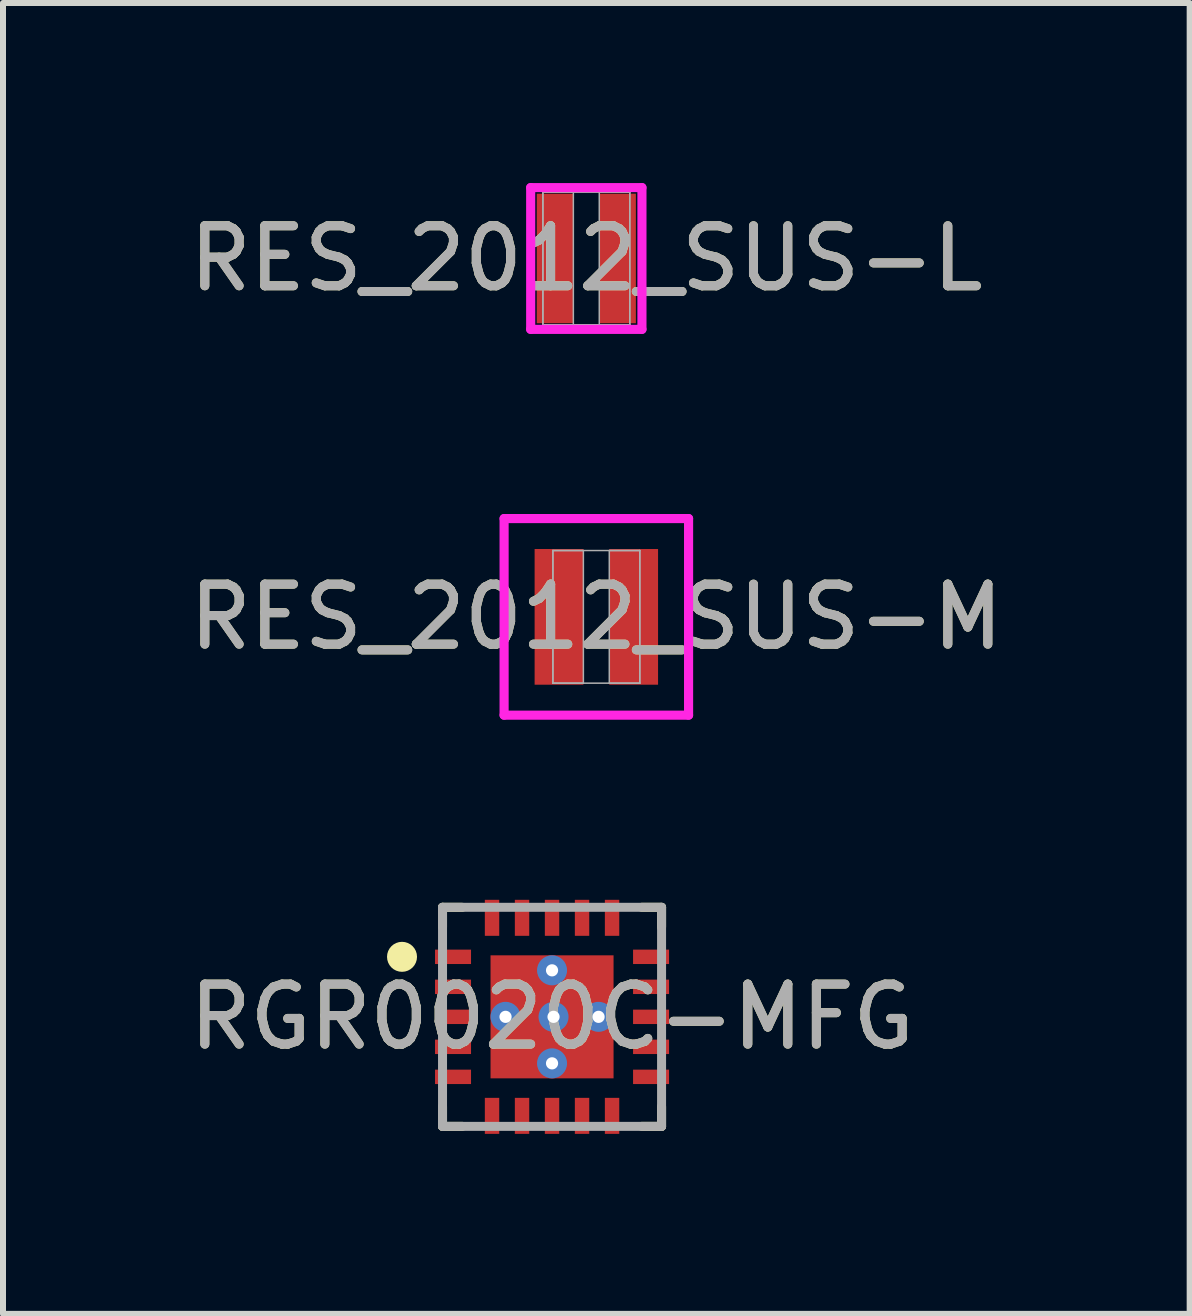
<source format=kicad_pcb>
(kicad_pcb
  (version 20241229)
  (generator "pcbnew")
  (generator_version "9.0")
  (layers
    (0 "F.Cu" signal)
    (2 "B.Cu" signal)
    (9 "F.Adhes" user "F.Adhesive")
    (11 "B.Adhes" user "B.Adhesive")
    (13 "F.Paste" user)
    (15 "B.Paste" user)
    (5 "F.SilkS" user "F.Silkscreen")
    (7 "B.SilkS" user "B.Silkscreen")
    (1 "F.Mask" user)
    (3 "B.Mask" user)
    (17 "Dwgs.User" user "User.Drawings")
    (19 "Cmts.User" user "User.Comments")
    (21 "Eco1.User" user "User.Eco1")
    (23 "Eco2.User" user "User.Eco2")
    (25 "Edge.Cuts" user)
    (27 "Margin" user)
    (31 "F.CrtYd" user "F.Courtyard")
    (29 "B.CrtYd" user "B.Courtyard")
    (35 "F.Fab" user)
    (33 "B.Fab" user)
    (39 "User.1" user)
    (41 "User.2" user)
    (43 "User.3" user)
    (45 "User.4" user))
  (footprint "RES_2012_SUS-M"
    (layer "F.Cu")
    (at 6.887 7.229)
    (property "Reference" "RES_2012_SUS-M" (at 0 0 0) (unlocked yes) (layer "F.SilkS") (effects (font (size 1 1) (thickness 0.15))))
    (attr smd)
    (fp_line (start -1.537 -1.638) (end 1.537 -1.638) (stroke (width 0.152) (type solid)) (layer "F.CrtYd"))
    (fp_line (start -1.537 1.638) (end -1.537 -1.638) (stroke (width 0.152) (type solid)) (layer "F.CrtYd"))
    (fp_line (start 1.537 -1.638) (end 1.537 1.638) (stroke (width 0.152) (type solid)) (layer "F.CrtYd"))
    (fp_line (start 1.537 1.638) (end -1.537 1.638) (stroke (width 0.152) (type solid)) (layer "F.CrtYd"))
    (fp_line (start -0.724 -1.105) (end -0.724 1.105) (stroke (width 0.025) (type solid)) (layer "F.Fab"))
    (fp_line (start -0.724 -1.105) (end -0.724 1.105) (stroke (width 0.025) (type solid)) (layer "F.Fab"))
    (fp_line (start -0.724 1.105) (end -0.216 1.105) (stroke (width 0.025) (type solid)) (layer "F.Fab"))
    (fp_line (start -0.724 1.105) (end 0.724 1.105) (stroke (width 0.025) (type solid)) (layer "F.Fab"))
    (fp_line (start -0.216 -1.105) (end -0.724 -1.105) (stroke (width 0.025) (type solid)) (layer "F.Fab"))
    (fp_line (start -0.216 1.105) (end -0.216 -1.105) (stroke (width 0.025) (type solid)) (layer "F.Fab"))
    (fp_line (start 0.216 -1.105) (end 0.216 1.105) (stroke (width 0.025) (type solid)) (layer "F.Fab"))
    (fp_line (start 0.216 1.105) (end 0.724 1.105) (stroke (width 0.025) (type solid)) (layer "F.Fab"))
    (fp_line (start 0.724 -1.105) (end -0.724 -1.105) (stroke (width 0.025) (type solid)) (layer "F.Fab"))
    (fp_line (start 0.724 -1.105) (end 0.216 -1.105) (stroke (width 0.025) (type solid)) (layer "F.Fab"))
    (fp_line (start 0.724 1.105) (end 0.724 -1.105) (stroke (width 0.025) (type solid)) (layer "F.Fab"))
    (fp_line (start 0.724 1.105) (end 0.724 -1.105) (stroke (width 0.025) (type solid)) (layer "F.Fab"))
    (fp_text user "${REFERENCE}" (at 0 0 0) (unlocked yes) (layer "F.Fab") (effects (font (size 1 1) (thickness 0.15))))
    (pad "1" smd rect (at -0.622 0) (size 0.813 2.261) (layers "F.Cu" "F.Mask" "F.Paste"))
    (pad "2" smd rect (at 0.622 0) (size 0.813 2.261) (layers "F.Cu" "F.Mask" "F.Paste"))
    (zone (net_name "") (layer "F.Cu") (hatch full 0.508) (connect_pads) (min_thickness 0.254) (filled_areas_thickness no) (keepout (tracks not_allowed) (vias not_allowed) (pads allowed) (copperpour not_allowed) (footprints allowed)) (placement (enabled no)) (fill) (polygon (pts (xy 6.722 6.175) (xy 7.052 6.175) (xy 7.052 8.283) (xy 6.722 8.283)))))
  (footprint "RGR0020C-MFG"
    (layer "F.Cu")
    (at 6.149 13.894)
    (property "Reference" "RGR0020C-MFG" (at 0 0 0) (unlocked yes) (layer "F.SilkS") (effects (font (size 1 1) (thickness 0.15))))
    (attr smd)
    (fp_line (start -1.825 -1.825) (end -1.495 -1.825) (stroke (width 0.15) (type solid)) (layer "F.SilkS"))
    (fp_line (start -1.825 -1.495) (end -1.825 -1.825) (stroke (width 0.15) (type solid)) (layer "F.SilkS"))
    (fp_line (start -1.825 1.825) (end -1.825 1.495) (stroke (width 0.15) (type solid)) (layer "F.SilkS"))
    (fp_line (start -1.825 1.825) (end -1.495 1.825) (stroke (width 0.15) (type solid)) (layer "F.SilkS"))
    (fp_line (start 1.495 -1.825) (end 1.825 -1.825) (stroke (width 0.15) (type solid)) (layer "F.SilkS"))
    (fp_line (start 1.495 1.825) (end 1.825 1.825) (stroke (width 0.15) (type solid)) (layer "F.SilkS"))
    (fp_line (start 1.825 -1.495) (end 1.825 -1.825) (stroke (width 0.15) (type solid)) (layer "F.SilkS"))
    (fp_line (start 1.825 1.825) (end 1.825 1.495) (stroke (width 0.15) (type solid)) (layer "F.SilkS"))
    (fp_circle (center -2.5 -1) (end -2.375 -1) (stroke (width 0.25) (type solid)) (fill no) (layer "F.SilkS"))
    (fp_poly (pts (xy -0.1 -0.15) (xy -0.15 -0.1) (xy -0.97 -0.1) (xy -1.02 -0.15) (xy -1.02 -0.97) (xy -0.97 -1.02) (xy -0.15 -1.02) (xy -0.1 -0.97)) (stroke (width 0) (type solid)) (fill yes) (layer "F.Paste"))
    (fp_poly (pts (xy -0.1 0.15) (xy -0.1 0.97) (xy -0.15 1.02) (xy -0.97 1.02) (xy -1.02 0.97) (xy -1.02 0.15) (xy -0.97 0.1) (xy -0.15 0.1)) (stroke (width 0) (type solid)) (fill yes) (layer "F.Paste"))
    (fp_poly (pts (xy 0.97 0.1) (xy 1.02 0.15) (xy 1.02 0.97) (xy 0.97 1.02) (xy 0.15 1.02) (xy 0.1 0.97) (xy 0.1 0.15) (xy 0.15 0.1)) (stroke (width 0) (type solid)) (fill yes) (layer "F.Paste"))
    (fp_poly (pts (xy 1.02 -0.97) (xy 1.02 -0.15) (xy 0.97 -0.1) (xy 0.15 -0.1) (xy 0.1 -0.15) (xy 0.1 -0.97) (xy 0.15 -1.02) (xy 0.97 -1.02)) (stroke (width 0) (type solid)) (fill yes) (layer "F.Paste"))
    (fp_line (start -1.825 -1.825) (end 1.825 -1.825) (stroke (width 0.15) (type solid)) (layer "F.Fab"))
    (fp_line (start -1.825 1.825) (end -1.825 -1.825) (stroke (width 0.15) (type solid)) (layer "F.Fab"))
    (fp_line (start -1.825 1.825) (end 1.825 1.825) (stroke (width 0.15) (type solid)) (layer "F.Fab"))
    (fp_line (start 1.825 1.825) (end 1.825 -1.825) (stroke (width 0.15) (type solid)) (layer "F.Fab"))
    (fp_text user "${REFERENCE}" (at 0 0 0) (unlocked yes) (layer "F.Fab") (effects (font (size 1 1) (thickness 0.15))))
    (pad "1" smd rect (at -1.65 -1) (size 0.6 0.24) (layers "F.Cu" "F.Mask" "F.Paste"))
    (pad "2" smd rect (at -1.65 -0.5) (size 0.6 0.24) (layers "F.Cu" "F.Mask" "F.Paste"))
    (pad "3" smd rect (at -1.65 0) (size 0.6 0.24) (layers "F.Cu" "F.Mask" "F.Paste"))
    (pad "4" smd rect (at -1.65 0.5) (size 0.6 0.24) (layers "F.Cu" "F.Mask" "F.Paste"))
    (pad "5" smd rect (at -1.65 1) (size 0.6 0.24) (layers "F.Cu" "F.Mask" "F.Paste"))
    (pad "6" smd rect (at -1 1.65 90) (size 0.6 0.24) (layers "F.Cu" "F.Mask" "F.Paste"))
    (pad "7" smd rect (at -0.5 1.65 90) (size 0.6 0.24) (layers "F.Cu" "F.Mask" "F.Paste"))
    (pad "8" smd rect (at 0 1.65 90) (size 0.6 0.24) (layers "F.Cu" "F.Mask" "F.Paste"))
    (pad "9" smd rect (at 0.5 1.65 90) (size 0.6 0.24) (layers "F.Cu" "F.Mask" "F.Paste"))
    (pad "10" smd rect (at 1 1.65 90) (size 0.6 0.24) (layers "F.Cu" "F.Mask" "F.Paste"))
    (pad "11" smd rect (at 1.65 1) (size 0.6 0.24) (layers "F.Cu" "F.Mask" "F.Paste"))
    (pad "12" smd rect (at 1.65 0.5) (size 0.6 0.24) (layers "F.Cu" "F.Mask" "F.Paste"))
    (pad "13" smd rect (at 1.65 0) (size 0.6 0.24) (layers "F.Cu" "F.Mask" "F.Paste"))
    (pad "14" smd rect (at 1.65 -0.5) (size 0.6 0.24) (layers "F.Cu" "F.Mask" "F.Paste"))
    (pad "15" smd rect (at 1.65 -1) (size 0.6 0.24) (layers "F.Cu" "F.Mask" "F.Paste"))
    (pad "16" smd rect (at 1 -1.65 90) (size 0.6 0.24) (layers "F.Cu" "F.Mask" "F.Paste"))
    (pad "17" smd rect (at 0.5 -1.65 90) (size 0.6 0.24) (layers "F.Cu" "F.Mask" "F.Paste"))
    (pad "18" smd rect (at 0 -1.65 90) (size 0.6 0.24) (layers "F.Cu" "F.Mask" "F.Paste"))
    (pad "19" smd rect (at -0.5 -1.65 90) (size 0.6 0.24) (layers "F.Cu" "F.Mask" "F.Paste"))
    (pad "20" smd rect (at -1 -1.65 90) (size 0.6 0.24) (layers "F.Cu" "F.Mask" "F.Paste"))
    (pad "21" smd rect (at 0 0) (size 2.05 2.05) (layers "F.Cu" "F.Mask"))
    (pad "22" thru_hole circle (at -0.775 0) (size 0.5 0.5) (drill 0.203) (layers "*.Cu" "*.Mask"))
    (pad "23" thru_hole circle (at 0.025 0) (size 0.5 0.5) (drill 0.203) (layers "*.Cu" "*.Mask"))
    (pad "24" thru_hole circle (at 0.775 0) (size 0.5 0.5) (drill 0.203) (layers "*.Cu" "*.Mask"))
    (pad "25" thru_hole circle (at 0 0.775) (size 0.5 0.5) (drill 0.203) (layers "*.Cu" "*.Mask"))
    (pad "26" thru_hole circle (at 0 -0.775) (size 0.5 0.5) (drill 0.203) (layers "*.Cu" "*.Mask")))
  (footprint "RES_2012_SUS-L"
    (layer "F.Cu")
    (at 6.72 1.257)
    (property "Reference" "RES_2012_SUS-L" (at 0 0 0) (unlocked yes) (layer "F.SilkS") (effects (font (size 1 1) (thickness 0.15))))
    (attr smd)
    (fp_line (start -0.927 -1.181) (end 0.927 -1.181) (stroke (width 0.152) (type solid)) (layer "F.CrtYd"))
    (fp_line (start -0.927 1.181) (end -0.927 -1.181) (stroke (width 0.152) (type solid)) (layer "F.CrtYd"))
    (fp_line (start 0.927 -1.181) (end 0.927 1.181) (stroke (width 0.152) (type solid)) (layer "F.CrtYd"))
    (fp_line (start 0.927 1.181) (end -0.927 1.181) (stroke (width 0.152) (type solid)) (layer "F.CrtYd"))
    (fp_line (start -0.724 -1.105) (end -0.724 1.105) (stroke (width 0.025) (type solid)) (layer "F.Fab"))
    (fp_line (start -0.724 -1.105) (end -0.724 1.105) (stroke (width 0.025) (type solid)) (layer "F.Fab"))
    (fp_line (start -0.724 1.105) (end -0.216 1.105) (stroke (width 0.025) (type solid)) (layer "F.Fab"))
    (fp_line (start -0.724 1.105) (end 0.724 1.105) (stroke (width 0.025) (type solid)) (layer "F.Fab"))
    (fp_line (start -0.216 -1.105) (end -0.724 -1.105) (stroke (width 0.025) (type solid)) (layer "F.Fab"))
    (fp_line (start -0.216 1.105) (end -0.216 -1.105) (stroke (width 0.025) (type solid)) (layer "F.Fab"))
    (fp_line (start 0.216 -1.105) (end 0.216 1.105) (stroke (width 0.025) (type solid)) (layer "F.Fab"))
    (fp_line (start 0.216 1.105) (end 0.724 1.105) (stroke (width 0.025) (type solid)) (layer "F.Fab"))
    (fp_line (start 0.724 -1.105) (end -0.724 -1.105) (stroke (width 0.025) (type solid)) (layer "F.Fab"))
    (fp_line (start 0.724 -1.105) (end 0.216 -1.105) (stroke (width 0.025) (type solid)) (layer "F.Fab"))
    (fp_line (start 0.724 1.105) (end 0.724 -1.105) (stroke (width 0.025) (type solid)) (layer "F.Fab"))
    (fp_line (start 0.724 1.105) (end 0.724 -1.105) (stroke (width 0.025) (type solid)) (layer "F.Fab"))
    (fp_text user "${REFERENCE}" (at 0 0 0) (unlocked yes) (layer "F.Fab") (effects (font (size 1 1) (thickness 0.15))))
    (pad "1" smd rect (at -0.521 0) (size 0.61 2.159) (layers "F.Cu" "F.Mask" "F.Paste"))
    (pad "2" smd rect (at 0.521 0) (size 0.61 2.159) (layers "F.Cu" "F.Mask" "F.Paste"))
    (zone (net_name "") (layer "F.Cu") (hatch full 0.508) (connect_pads) (min_thickness 0.254) (filled_areas_thickness no) (keepout (tracks not_allowed) (vias not_allowed) (pads allowed) (copperpour not_allowed) (footprints allowed)) (placement (enabled no)) (fill) (polygon (pts (xy 6.555 0.203) (xy 6.885 0.203) (xy 6.885 2.311) (xy 6.555 2.311)))))
  (gr_rect
    (start -3 -3)
    (end 16.774 18.844)
    (stroke (width 0.1) (type default))
    (fill no)
    (layer "Edge.Cuts")))
</source>
